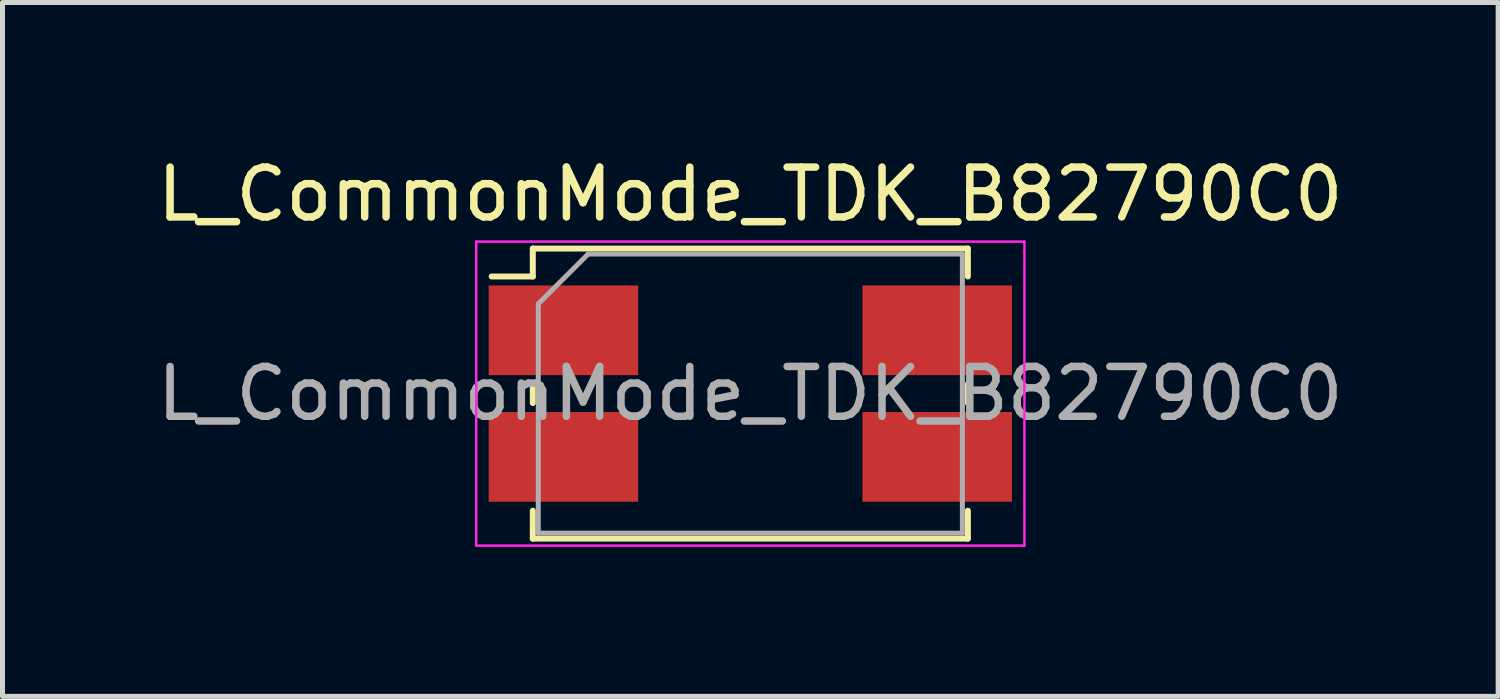
<source format=kicad_pcb>
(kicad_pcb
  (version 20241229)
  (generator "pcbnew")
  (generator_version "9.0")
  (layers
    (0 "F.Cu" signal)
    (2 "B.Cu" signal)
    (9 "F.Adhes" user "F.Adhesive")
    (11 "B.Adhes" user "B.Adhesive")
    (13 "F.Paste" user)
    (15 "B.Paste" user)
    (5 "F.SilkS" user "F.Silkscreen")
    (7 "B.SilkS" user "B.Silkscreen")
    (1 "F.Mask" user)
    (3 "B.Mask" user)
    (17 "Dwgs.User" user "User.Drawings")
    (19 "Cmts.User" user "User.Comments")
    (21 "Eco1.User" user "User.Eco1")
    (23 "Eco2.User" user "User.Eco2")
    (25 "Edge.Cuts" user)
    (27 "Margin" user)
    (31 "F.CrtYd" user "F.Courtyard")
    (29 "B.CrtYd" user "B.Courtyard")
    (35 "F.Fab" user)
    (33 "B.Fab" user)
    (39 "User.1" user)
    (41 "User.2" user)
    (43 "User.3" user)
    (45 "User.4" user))
  (footprint "L_CommonMode_TDK_B82790C0"
    (layer "F.Cu")
    (at 12.006 4.848)
    (property "Reference" "L_CommonMode_TDK_B82790C0" (at 0 -4 0) (layer "F.SilkS") (effects (font (size 1 1) (thickness 0.15))))
    (attr smd)
    (fp_line (start -5.19 -2.35) (end -4.365 -2.35) (stroke (width 0.12) (type solid)) (layer "F.SilkS"))
    (fp_line (start -4.365 -2.91) (end -4.365 -2.35) (stroke (width 0.12) (type solid)) (layer "F.SilkS"))
    (fp_line (start -4.365 -2.91) (end 4.365 -2.91) (stroke (width 0.12) (type solid)) (layer "F.SilkS"))
    (fp_line (start -4.365 -0.19) (end -4.365 0.19) (stroke (width 0.12) (type solid)) (layer "F.SilkS"))
    (fp_line (start -4.365 2.91) (end -4.365 2.35) (stroke (width 0.12) (type solid)) (layer "F.SilkS"))
    (fp_line (start 4.365 -2.91) (end 4.365 -2.35) (stroke (width 0.12) (type solid)) (layer "F.SilkS"))
    (fp_line (start 4.365 -0.19) (end 4.365 0.19) (stroke (width 0.12) (type solid)) (layer "F.SilkS"))
    (fp_line (start 4.365 2.91) (end -4.365 2.91) (stroke (width 0.12) (type solid)) (layer "F.SilkS"))
    (fp_line (start 4.365 2.91) (end 4.365 2.35) (stroke (width 0.12) (type solid)) (layer "F.SilkS"))
    (fp_line (start -5.5 -3.05) (end 5.5 -3.05) (stroke (width 0.05) (type solid)) (layer "F.CrtYd"))
    (fp_line (start -5.5 3.05) (end -5.5 -3.05) (stroke (width 0.05) (type solid)) (layer "F.CrtYd"))
    (fp_line (start 5.5 -3.05) (end 5.5 3.05) (stroke (width 0.05) (type solid)) (layer "F.CrtYd"))
    (fp_line (start 5.5 3.05) (end -5.5 3.05) (stroke (width 0.05) (type solid)) (layer "F.CrtYd"))
    (fp_line (start -4.255 -1.8) (end -4.255 2.8) (stroke (width 0.1) (type solid)) (layer "F.Fab"))
    (fp_line (start -4.255 -1.8) (end -3.255 -2.8) (stroke (width 0.1) (type solid)) (layer "F.Fab"))
    (fp_line (start -3.255 -2.8) (end 4.255 -2.8) (stroke (width 0.1) (type solid)) (layer "F.Fab"))
    (fp_line (start 4.255 -2.8) (end 4.255 2.8) (stroke (width 0.1) (type solid)) (layer "F.Fab"))
    (fp_line (start 4.255 2.8) (end -4.255 2.8) (stroke (width 0.1) (type solid)) (layer "F.Fab"))
    (fp_text user "${REFERENCE}" (at 0 0 0) (layer "F.Fab") (effects (font (size 1 1) (thickness 0.15))))
    (pad "1" smd rect (at -3.75 -1.27) (size 3 1.8) (layers "F.Cu" "F.Mask" "F.Paste"))
    (pad "2" smd rect (at 3.75 -1.27) (size 3 1.8) (layers "F.Cu" "F.Mask" "F.Paste"))
    (pad "3" smd rect (at 3.75 1.27) (size 3 1.8) (layers "F.Cu" "F.Mask" "F.Paste"))
    (pad "4" smd rect (at -3.75 1.27) (size 3 1.8) (layers "F.Cu" "F.Mask" "F.Paste")))
  (gr_rect
    (start -3 -3)
    (end 27.012 10.923)
    (stroke (width 0.1) (type default))
    (fill no)
    (layer "Edge.Cuts")))
</source>
